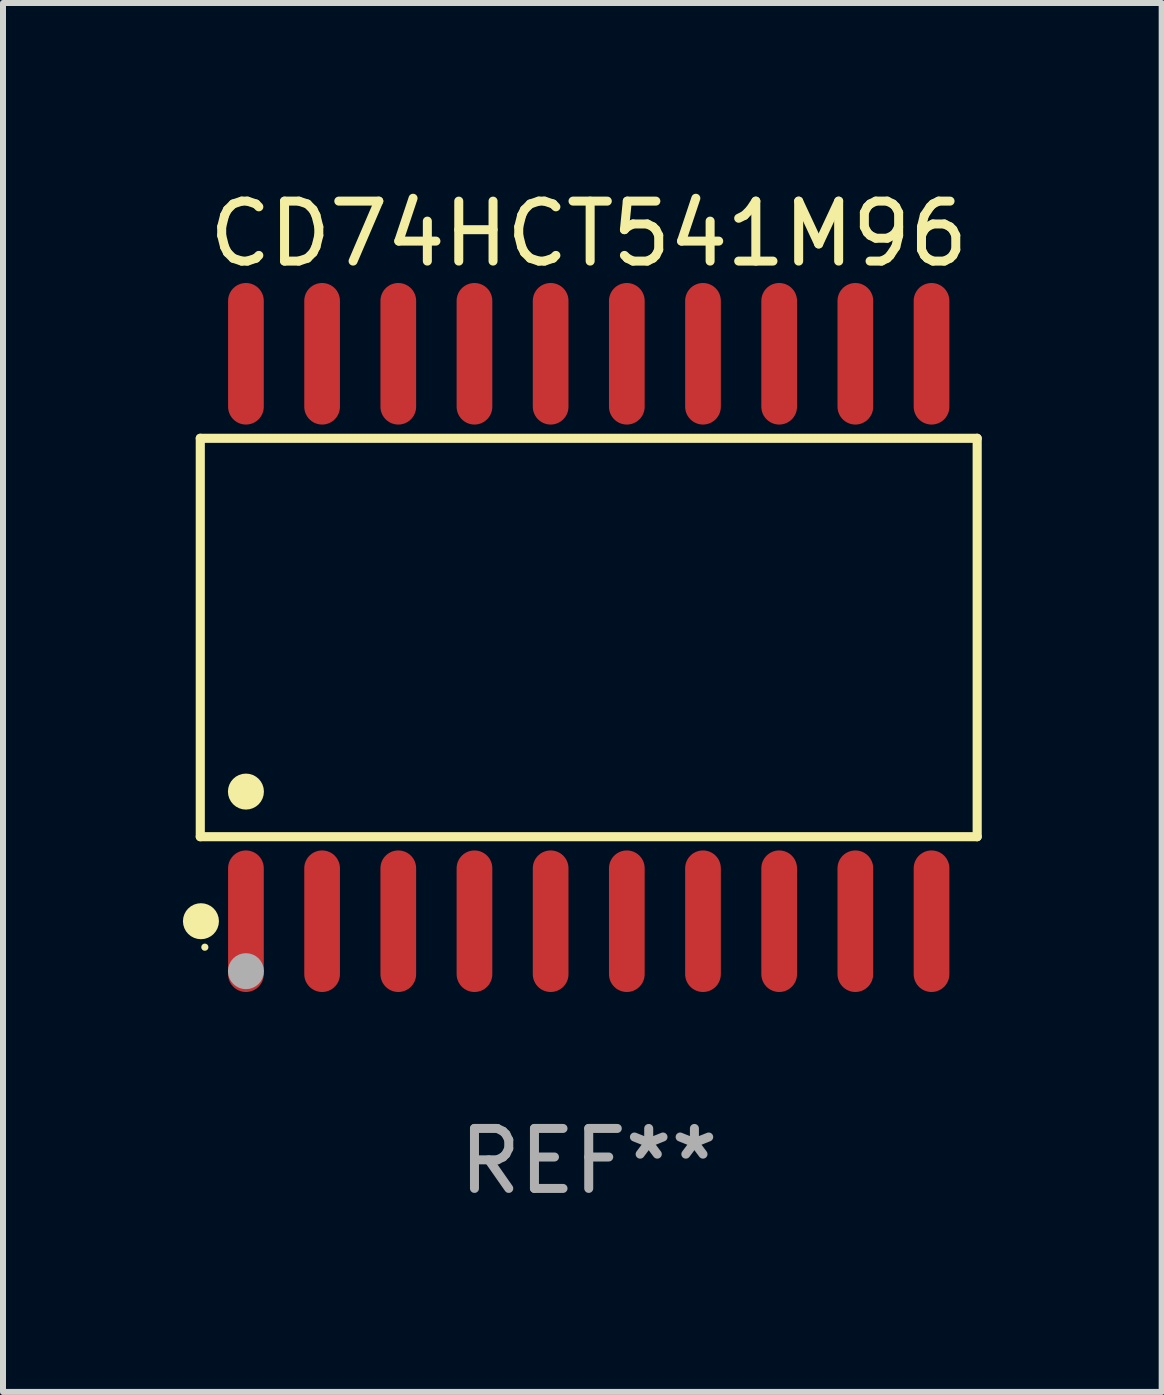
<source format=kicad_pcb>
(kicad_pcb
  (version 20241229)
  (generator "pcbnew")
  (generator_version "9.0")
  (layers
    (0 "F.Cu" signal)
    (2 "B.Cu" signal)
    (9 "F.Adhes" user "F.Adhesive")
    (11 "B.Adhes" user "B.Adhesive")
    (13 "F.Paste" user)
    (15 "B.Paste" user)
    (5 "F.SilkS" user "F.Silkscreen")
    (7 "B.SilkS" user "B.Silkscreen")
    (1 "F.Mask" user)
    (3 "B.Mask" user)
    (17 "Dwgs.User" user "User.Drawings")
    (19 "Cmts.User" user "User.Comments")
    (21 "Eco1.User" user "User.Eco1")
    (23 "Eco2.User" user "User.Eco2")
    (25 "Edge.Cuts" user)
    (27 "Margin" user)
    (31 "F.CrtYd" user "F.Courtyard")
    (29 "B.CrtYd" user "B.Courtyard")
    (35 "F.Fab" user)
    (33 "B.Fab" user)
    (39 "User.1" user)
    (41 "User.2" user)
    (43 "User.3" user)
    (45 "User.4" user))
  (footprint "CD74HCT541M96"
    (layer "F.Cu")
    (at 6.765 7.578)
    (property "Reference" "CD74HCT541M96" (at 0 -6.73 0) (layer "F.SilkS") (effects (font (size 1 1) (thickness 0.15))))
    (attr through_hole)
    (fp_line (start -6.476 -3.321) (end 6.476 -3.321) (stroke (width 0.152) (type solid)) (layer "F.SilkS"))
    (fp_line (start -6.476 3.321) (end -6.476 -3.321) (stroke (width 0.152) (type solid)) (layer "F.SilkS"))
    (fp_line (start 6.476 -3.321) (end 6.476 3.321) (stroke (width 0.152) (type solid)) (layer "F.SilkS"))
    (fp_line (start 6.476 3.321) (end -6.476 3.321) (stroke (width 0.152) (type solid)) (layer "F.SilkS"))
    (fp_circle (center -6.465 4.73) (end -6.315 4.73) (stroke (width 0.3) (type solid)) (fill no) (layer "F.SilkS"))
    (fp_circle (center -6.4 5.163) (end -6.37 5.163) (stroke (width 0.06) (type solid)) (fill no) (layer "F.SilkS"))
    (fp_circle (center -5.715 2.569) (end -5.565 2.569) (stroke (width 0.3) (type solid)) (fill no) (layer "F.SilkS"))
    (fp_circle (center -5.715 5.563) (end -5.565 5.563) (stroke (width 0.3) (type solid)) (fill no) (layer "F.Fab"))
    (fp_text user "REF**" (at 0 8.73 0) (layer "F.Fab") (effects (font (size 1 1) (thickness 0.15))))
    (pad "1" smd oval (at -5.715 4.73) (size 0.595 2.36) (layers "F.Cu" "F.Mask" "F.Paste"))
    (pad "2" smd oval (at -4.445 4.73) (size 0.595 2.36) (layers "F.Cu" "F.Mask" "F.Paste"))
    (pad "3" smd oval (at -3.175 4.73) (size 0.595 2.36) (layers "F.Cu" "F.Mask" "F.Paste"))
    (pad "4" smd oval (at -1.905 4.73) (size 0.595 2.36) (layers "F.Cu" "F.Mask" "F.Paste"))
    (pad "5" smd oval (at -0.635 4.73) (size 0.595 2.36) (layers "F.Cu" "F.Mask" "F.Paste"))
    (pad "6" smd oval (at 0.635 4.73) (size 0.595 2.36) (layers "F.Cu" "F.Mask" "F.Paste"))
    (pad "7" smd oval (at 1.905 4.73) (size 0.595 2.36) (layers "F.Cu" "F.Mask" "F.Paste"))
    (pad "8" smd oval (at 3.175 4.73) (size 0.595 2.36) (layers "F.Cu" "F.Mask" "F.Paste"))
    (pad "9" smd oval (at 4.445 4.73) (size 0.595 2.36) (layers "F.Cu" "F.Mask" "F.Paste"))
    (pad "10" smd oval (at 5.715 4.73) (size 0.595 2.36) (layers "F.Cu" "F.Mask" "F.Paste"))
    (pad "11" smd oval (at 5.715 -4.73) (size 0.595 2.36) (layers "F.Cu" "F.Mask" "F.Paste"))
    (pad "12" smd oval (at 4.445 -4.73) (size 0.595 2.36) (layers "F.Cu" "F.Mask" "F.Paste"))
    (pad "13" smd oval (at 3.175 -4.73) (size 0.595 2.36) (layers "F.Cu" "F.Mask" "F.Paste"))
    (pad "14" smd oval (at 1.905 -4.73) (size 0.595 2.36) (layers "F.Cu" "F.Mask" "F.Paste"))
    (pad "15" smd oval (at 0.635 -4.73) (size 0.595 2.36) (layers "F.Cu" "F.Mask" "F.Paste"))
    (pad "16" smd oval (at -0.635 -4.73) (size 0.595 2.36) (layers "F.Cu" "F.Mask" "F.Paste"))
    (pad "17" smd oval (at -1.905 -4.73) (size 0.595 2.36) (layers "F.Cu" "F.Mask" "F.Paste"))
    (pad "18" smd oval (at -3.175 -4.73) (size 0.595 2.36) (layers "F.Cu" "F.Mask" "F.Paste"))
    (pad "19" smd oval (at -4.445 -4.73) (size 0.595 2.36) (layers "F.Cu" "F.Mask" "F.Paste"))
    (pad "20" smd oval (at -5.715 -4.73) (size 0.595 2.36) (layers "F.Cu" "F.Mask" "F.Paste")))
  (gr_rect
    (start -3 -3)
    (end 16.317 20.156)
    (stroke (width 0.1) (type default))
    (fill no)
    (layer "Edge.Cuts")))
</source>
